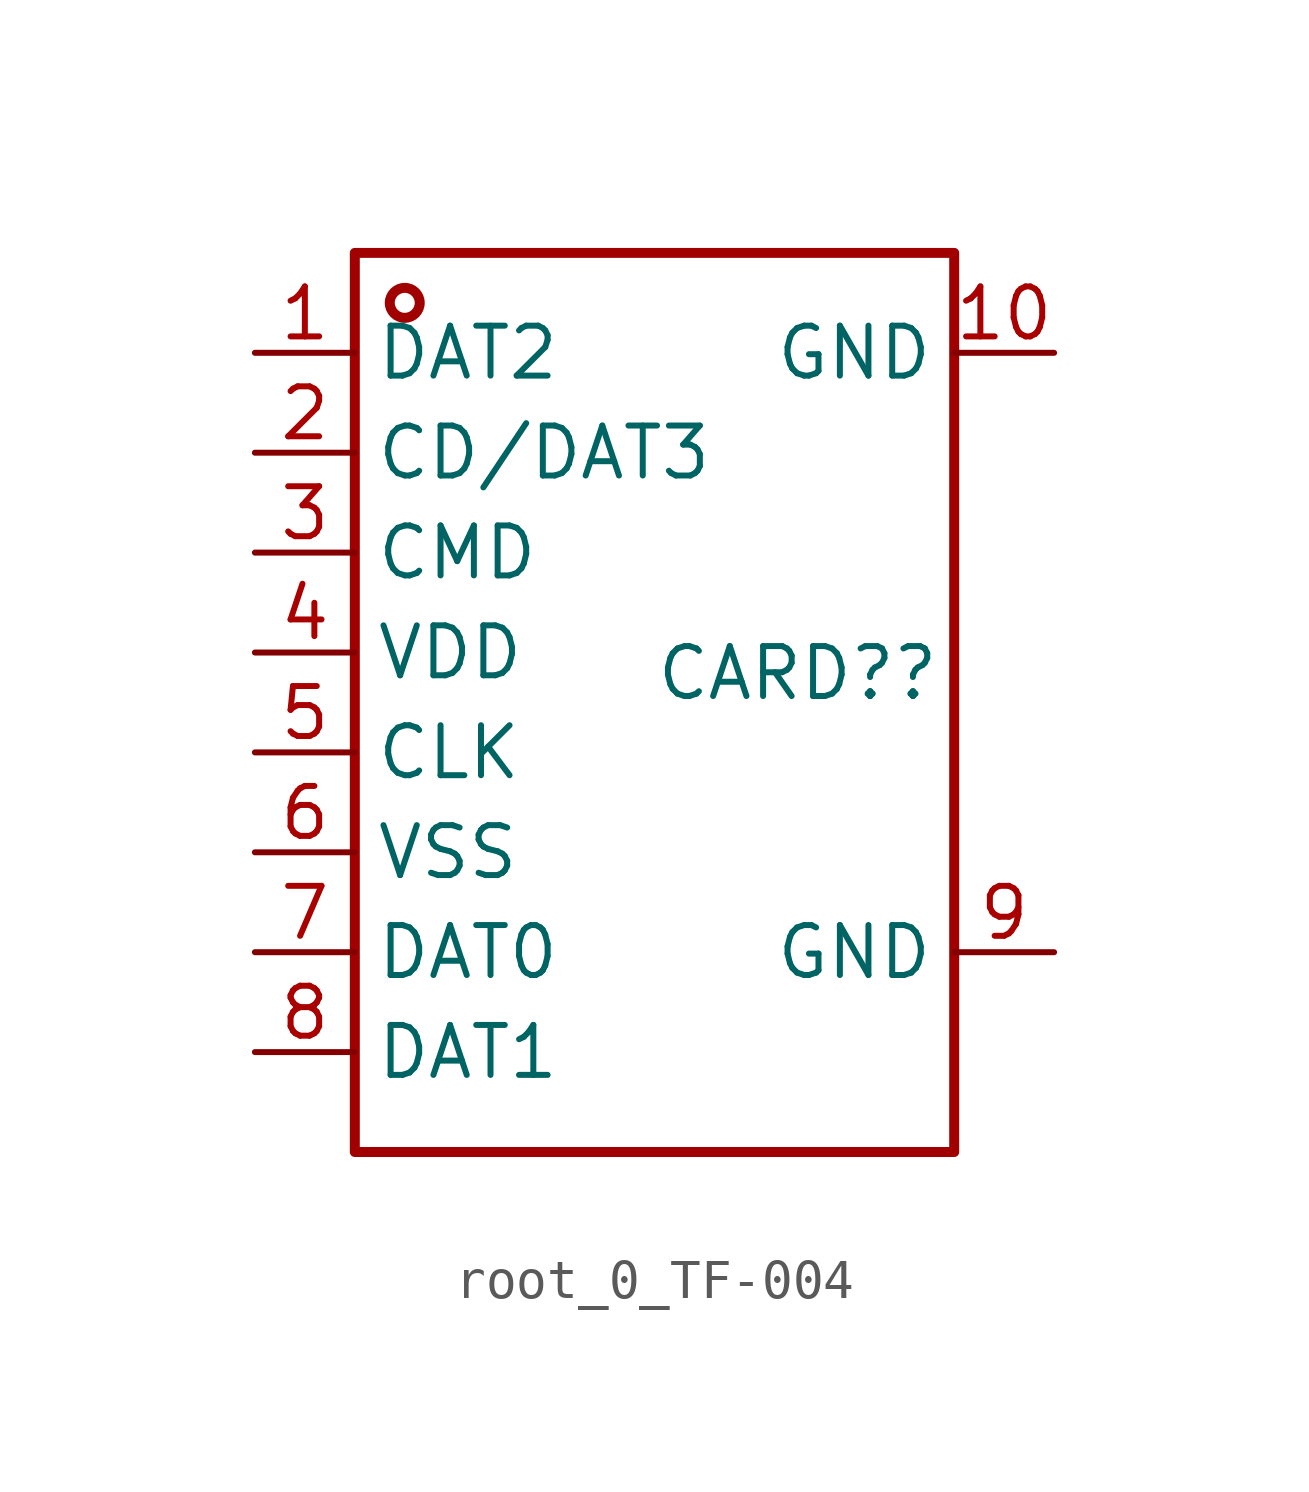
<source format=kicad_sym>
(kicad_symbol_lib
  (version 20231120)
  (generator "kicad_symbol_editor")
  (generator_version "8.0")
  (symbol "root_0_TF-004"
    (property "Reference" "CARD?"
      (at 0 0 0)
      (effects (font (size 1.27 1.27)) (justify left bottom)))
    (property "MANUFACTURER PART" "TF-004"
      (at 0 0 0)
      (effects (font (size 1.27 1.27)) (justify left bottom) (hide yes)))
    (symbol "root_0_TF-004_1_0"
      (rectangle (start -7.62 11.43) (end 7.62 -11.43) (stroke (width 0.254) (type solid) (color 160 0 0 1)) (fill (type none)))
      (circle (center -6.35 10.16) (radius 0.381) (stroke (width 0.254) (type solid) (color 160 0 0 1)) (fill (type none)))
      (pin passive line (at -10.16 8.89 0) (length 2.54) (name "DAT2" (effects (font (size 1.27 1.27)))) (number "1" (effects (font (size 1.27 1.27)))))
      (pin passive line (at 10.16 8.89 180) (length 2.54) (name "GND" (effects (font (size 1.27 1.27)))) (number "10" (effects (font (size 1.27 1.27)))))
      (pin passive line (at -10.16 6.35 0) (length 2.54) (name "CD/DAT3" (effects (font (size 1.27 1.27)))) (number "2" (effects (font (size 1.27 1.27)))))
      (pin passive line (at -10.16 3.81 0) (length 2.54) (name "CMD" (effects (font (size 1.27 1.27)))) (number "3" (effects (font (size 1.27 1.27)))))
      (pin passive line (at -10.16 1.27 0) (length 2.54) (name "VDD" (effects (font (size 1.27 1.27)))) (number "4" (effects (font (size 1.27 1.27)))))
      (pin passive line (at -10.16 -1.27 0) (length 2.54) (name "CLK" (effects (font (size 1.27 1.27)))) (number "5" (effects (font (size 1.27 1.27)))))
      (pin passive line (at -10.16 -3.81 0) (length 2.54) (name "VSS" (effects (font (size 1.27 1.27)))) (number "6" (effects (font (size 1.27 1.27)))))
      (pin passive line (at -10.16 -6.35 0) (length 2.54) (name "DAT0" (effects (font (size 1.27 1.27)))) (number "7" (effects (font (size 1.27 1.27)))))
      (pin passive line (at -10.16 -8.89 0) (length 2.54) (name "DAT1" (effects (font (size 1.27 1.27)))) (number "8" (effects (font (size 1.27 1.27)))))
      (pin passive line (at 10.16 -6.35 180) (length 2.54) (name "GND" (effects (font (size 1.27 1.27)))) (number "9" (effects (font (size 1.27 1.27))))))))
</source>
